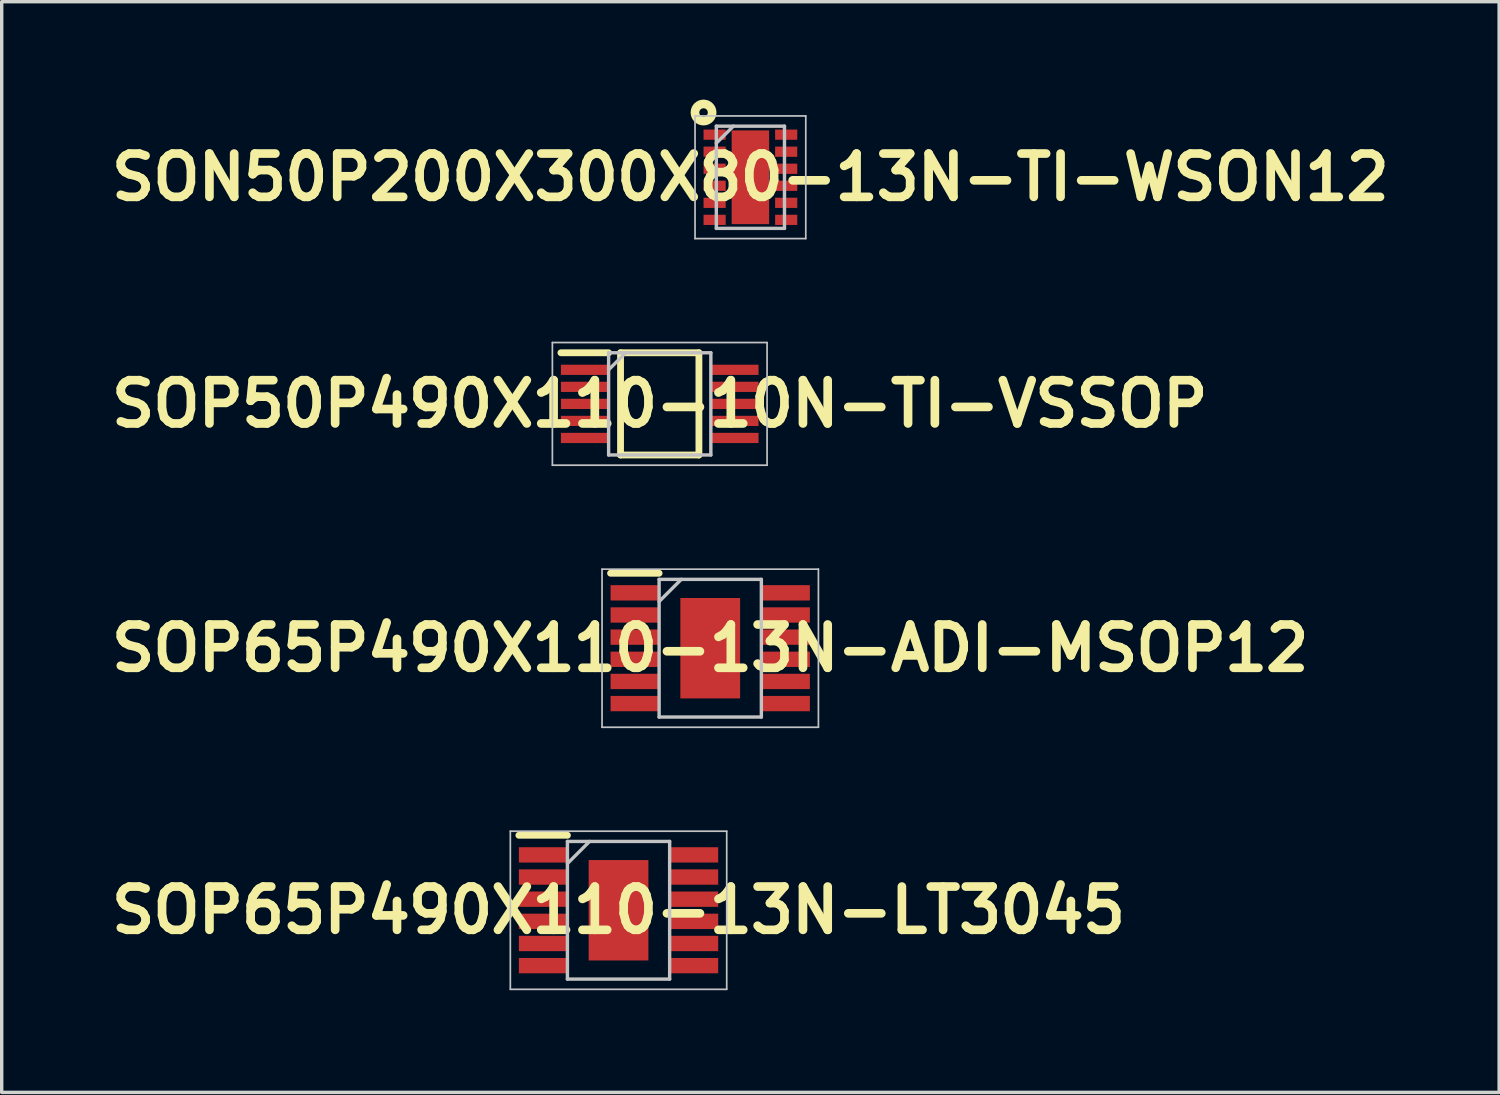
<source format=kicad_pcb>
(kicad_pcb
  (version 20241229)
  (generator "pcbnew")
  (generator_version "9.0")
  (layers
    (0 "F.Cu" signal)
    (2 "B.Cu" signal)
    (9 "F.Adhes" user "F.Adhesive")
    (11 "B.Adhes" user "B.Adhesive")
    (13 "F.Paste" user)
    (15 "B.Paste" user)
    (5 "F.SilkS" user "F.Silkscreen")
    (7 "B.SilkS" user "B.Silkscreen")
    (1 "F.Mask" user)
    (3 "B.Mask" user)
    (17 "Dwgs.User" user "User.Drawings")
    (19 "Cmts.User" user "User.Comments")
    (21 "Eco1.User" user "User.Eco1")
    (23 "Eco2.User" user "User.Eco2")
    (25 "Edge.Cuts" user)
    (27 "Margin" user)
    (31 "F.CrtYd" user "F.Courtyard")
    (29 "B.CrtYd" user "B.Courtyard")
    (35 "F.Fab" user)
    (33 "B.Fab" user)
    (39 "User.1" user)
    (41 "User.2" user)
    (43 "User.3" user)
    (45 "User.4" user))
  (footprint "SOP50P490X110-10N-TI-VSSOP"
    (layer "F.Cu")
    (at 16.31 8.802)
    (property "Reference" "SOP50P490X110-10N-TI-VSSOP" (at 0 0 0) (layer "F.SilkS") (effects (font (size 1.27 1.27) (thickness 0.254))))
    (attr smd)
    (fp_line (start -2.9 -1.5) (end -1.5 -1.5) (stroke (width 0.2) (type solid)) (layer "F.SilkS"))
    (fp_line (start -1.15 -1.5) (end 1.15 -1.5) (stroke (width 0.2) (type solid)) (layer "F.SilkS"))
    (fp_line (start -1.15 1.5) (end -1.15 -1.5) (stroke (width 0.2) (type solid)) (layer "F.SilkS"))
    (fp_line (start 1.15 -1.5) (end 1.15 1.5) (stroke (width 0.2) (type solid)) (layer "F.SilkS"))
    (fp_line (start 1.15 1.5) (end -1.15 1.5) (stroke (width 0.2) (type solid)) (layer "F.SilkS"))
    (fp_line (start -3.15 -1.8) (end 3.15 -1.8) (stroke (width 0.05) (type solid)) (layer "Dwgs.User"))
    (fp_line (start -3.15 1.8) (end -3.15 -1.8) (stroke (width 0.05) (type solid)) (layer "Dwgs.User"))
    (fp_line (start -1.5 -1.5) (end 1.5 -1.5) (stroke (width 0.1) (type solid)) (layer "Dwgs.User"))
    (fp_line (start -1.5 -1) (end -1 -1.5) (stroke (width 0.1) (type solid)) (layer "Dwgs.User"))
    (fp_line (start -1.5 1.5) (end -1.5 -1.5) (stroke (width 0.1) (type solid)) (layer "Dwgs.User"))
    (fp_line (start 1.5 -1.5) (end 1.5 1.5) (stroke (width 0.1) (type solid)) (layer "Dwgs.User"))
    (fp_line (start 1.5 1.5) (end -1.5 1.5) (stroke (width 0.1) (type solid)) (layer "Dwgs.User"))
    (fp_line (start 3.15 -1.8) (end 3.15 1.8) (stroke (width 0.05) (type solid)) (layer "Dwgs.User"))
    (fp_line (start 3.15 1.8) (end -3.15 1.8) (stroke (width 0.05) (type solid)) (layer "Dwgs.User"))
    (pad "1" smd rect (at -2.2 -1 90) (size 0.3 1.4) (layers "F.Cu" "F.Mask" "F.Paste"))
    (pad "2" smd rect (at -2.2 -0.5 90) (size 0.3 1.4) (layers "F.Cu" "F.Mask" "F.Paste"))
    (pad "3" smd rect (at -2.2 0 90) (size 0.3 1.4) (layers "F.Cu" "F.Mask" "F.Paste"))
    (pad "4" smd rect (at -2.2 0.5 90) (size 0.3 1.4) (layers "F.Cu" "F.Mask" "F.Paste"))
    (pad "5" smd rect (at -2.2 1 90) (size 0.3 1.4) (layers "F.Cu" "F.Mask" "F.Paste"))
    (pad "6" smd rect (at 2.2 1 90) (size 0.3 1.4) (layers "F.Cu" "F.Mask" "F.Paste"))
    (pad "7" smd rect (at 2.2 0.5 90) (size 0.3 1.4) (layers "F.Cu" "F.Mask" "F.Paste"))
    (pad "8" smd rect (at 2.2 0 90) (size 0.3 1.4) (layers "F.Cu" "F.Mask" "F.Paste"))
    (pad "9" smd rect (at 2.2 -0.5 90) (size 0.3 1.4) (layers "F.Cu" "F.Mask" "F.Paste"))
    (pad "10" smd rect (at 2.2 -1 90) (size 0.3 1.4) (layers "F.Cu" "F.Mask" "F.Paste")))
  (footprint "SON50P200X300X80-13N-TI-WSON12"
    (layer "F.Cu")
    (at 18.971 2.152)
    (property "Reference" "SON50P200X300X80-13N-TI-WSON12" (at 0 0 0) (layer "F.SilkS") (effects (font (size 1.27 1.27) (thickness 0.254))))
    (attr smd)
    (fp_circle (center -1.375 -1.9) (end -1.25 -1.9) (stroke (width 0.254) (type solid)) (fill no) (layer "F.SilkS"))
    (fp_line (start -1.625 -1.8) (end 1.625 -1.8) (stroke (width 0.05) (type solid)) (layer "Dwgs.User"))
    (fp_line (start -1.625 1.8) (end -1.625 -1.8) (stroke (width 0.05) (type solid)) (layer "Dwgs.User"))
    (fp_line (start -1 -1.5) (end 1 -1.5) (stroke (width 0.1) (type solid)) (layer "Dwgs.User"))
    (fp_line (start -1 -1) (end -0.5 -1.5) (stroke (width 0.1) (type solid)) (layer "Dwgs.User"))
    (fp_line (start -1 1.5) (end -1 -1.5) (stroke (width 0.1) (type solid)) (layer "Dwgs.User"))
    (fp_line (start 1 -1.5) (end 1 1.5) (stroke (width 0.1) (type solid)) (layer "Dwgs.User"))
    (fp_line (start 1 1.5) (end -1 1.5) (stroke (width 0.1) (type solid)) (layer "Dwgs.User"))
    (fp_line (start 1.625 -1.8) (end 1.625 1.8) (stroke (width 0.05) (type solid)) (layer "Dwgs.User"))
    (fp_line (start 1.625 1.8) (end -1.625 1.8) (stroke (width 0.05) (type solid)) (layer "Dwgs.User"))
    (pad "1" smd rect (at -1.05 -1.25 90) (size 0.3 0.65) (layers "F.Cu" "F.Mask" "F.Paste"))
    (pad "2" smd rect (at -1.05 -0.75 90) (size 0.3 0.65) (layers "F.Cu" "F.Mask" "F.Paste"))
    (pad "3" smd rect (at -1.05 -0.25 90) (size 0.3 0.65) (layers "F.Cu" "F.Mask" "F.Paste"))
    (pad "4" smd rect (at -1.05 0.25 90) (size 0.3 0.65) (layers "F.Cu" "F.Mask" "F.Paste"))
    (pad "5" smd rect (at -1.05 0.75 90) (size 0.3 0.65) (layers "F.Cu" "F.Mask" "F.Paste"))
    (pad "6" smd rect (at -1.05 1.25 90) (size 0.3 0.65) (layers "F.Cu" "F.Mask" "F.Paste"))
    (pad "7" smd rect (at 1.05 1.25 90) (size 0.3 0.65) (layers "F.Cu" "F.Mask" "F.Paste"))
    (pad "8" smd rect (at 1.05 0.75 90) (size 0.3 0.65) (layers "F.Cu" "F.Mask" "F.Paste"))
    (pad "9" smd rect (at 1.05 0.25 90) (size 0.3 0.65) (layers "F.Cu" "F.Mask" "F.Paste"))
    (pad "10" smd rect (at 1.05 -0.25 90) (size 0.3 0.65) (layers "F.Cu" "F.Mask" "F.Paste"))
    (pad "11" smd rect (at 1.05 -0.75 90) (size 0.3 0.65) (layers "F.Cu" "F.Mask" "F.Paste"))
    (pad "12" smd rect (at 1.05 -1.25 90) (size 0.3 0.65) (layers "F.Cu" "F.Mask" "F.Paste"))
    (pad "13" smd rect (at 0 0) (size 1.1 2.75) (layers "F.Cu" "F.Mask" "F.Paste")))
  (footprint "SOP65P490X110-13N-ADI-MSOP12"
    (layer "F.Cu")
    (at 17.792 15.972)
    (property "Reference" "SOP65P490X110-13N-ADI-MSOP12" (at 0 0 0) (layer "F.SilkS") (effects (font (size 1.27 1.27) (thickness 0.254))))
    (attr smd)
    (fp_line (start -2.925 -2.2) (end -1.5 -2.2) (stroke (width 0.2) (type solid)) (layer "F.SilkS"))
    (fp_line (start -3.175 -2.32) (end 3.175 -2.32) (stroke (width 0.05) (type solid)) (layer "Dwgs.User"))
    (fp_line (start -3.175 2.32) (end -3.175 -2.32) (stroke (width 0.05) (type solid)) (layer "Dwgs.User"))
    (fp_line (start -1.5 -2.02) (end 1.5 -2.02) (stroke (width 0.1) (type solid)) (layer "Dwgs.User"))
    (fp_line (start -1.5 -1.37) (end -0.85 -2.02) (stroke (width 0.1) (type solid)) (layer "Dwgs.User"))
    (fp_line (start -1.5 2.02) (end -1.5 -2.02) (stroke (width 0.1) (type solid)) (layer "Dwgs.User"))
    (fp_line (start 1.5 -2.02) (end 1.5 2.02) (stroke (width 0.1) (type solid)) (layer "Dwgs.User"))
    (fp_line (start 1.5 2.02) (end -1.5 2.02) (stroke (width 0.1) (type solid)) (layer "Dwgs.User"))
    (fp_line (start 3.175 -2.32) (end 3.175 2.32) (stroke (width 0.05) (type solid)) (layer "Dwgs.User"))
    (fp_line (start 3.175 2.32) (end -3.175 2.32) (stroke (width 0.05) (type solid)) (layer "Dwgs.User"))
    (pad "1" smd rect (at -2.212 -1.625 90) (size 0.45 1.425) (layers "F.Cu" "F.Mask" "F.Paste"))
    (pad "2" smd rect (at -2.212 -0.975 90) (size 0.45 1.425) (layers "F.Cu" "F.Mask" "F.Paste"))
    (pad "3" smd rect (at -2.212 -0.325 90) (size 0.45 1.425) (layers "F.Cu" "F.Mask" "F.Paste"))
    (pad "4" smd rect (at -2.212 0.325 90) (size 0.45 1.425) (layers "F.Cu" "F.Mask" "F.Paste"))
    (pad "5" smd rect (at -2.212 0.975 90) (size 0.45 1.425) (layers "F.Cu" "F.Mask" "F.Paste"))
    (pad "6" smd rect (at -2.212 1.625 90) (size 0.45 1.425) (layers "F.Cu" "F.Mask" "F.Paste"))
    (pad "7" smd rect (at 2.212 1.625 90) (size 0.45 1.425) (layers "F.Cu" "F.Mask" "F.Paste"))
    (pad "8" smd rect (at 2.212 0.975 90) (size 0.45 1.425) (layers "F.Cu" "F.Mask" "F.Paste"))
    (pad "9" smd rect (at 2.212 0.325 90) (size 0.45 1.425) (layers "F.Cu" "F.Mask" "F.Paste"))
    (pad "10" smd rect (at 2.212 -0.325 90) (size 0.45 1.425) (layers "F.Cu" "F.Mask" "F.Paste"))
    (pad "11" smd rect (at 2.212 -0.975 90) (size 0.45 1.425) (layers "F.Cu" "F.Mask" "F.Paste"))
    (pad "12" smd rect (at 2.212 -1.625 90) (size 0.45 1.425) (layers "F.Cu" "F.Mask" "F.Paste"))
    (pad "13" smd rect (at 0 0) (size 1.753 2.947) (layers "F.Cu" "F.Mask" "F.Paste")))
  (footprint "SOP65P490X110-13N-LT3045"
    (layer "F.Cu")
    (at 15.101 23.662)
    (property "Reference" "SOP65P490X110-13N-LT3045" (at 0 0 0) (layer "F.SilkS") (effects (font (size 1.27 1.27) (thickness 0.254))))
    (attr smd)
    (fp_line (start -2.925 -2.2) (end -1.5 -2.2) (stroke (width 0.2) (type solid)) (layer "F.SilkS"))
    (fp_line (start -3.175 -2.32) (end 3.175 -2.32) (stroke (width 0.05) (type solid)) (layer "Dwgs.User"))
    (fp_line (start -3.175 2.32) (end -3.175 -2.32) (stroke (width 0.05) (type solid)) (layer "Dwgs.User"))
    (fp_line (start -1.5 -2.02) (end 1.5 -2.02) (stroke (width 0.1) (type solid)) (layer "Dwgs.User"))
    (fp_line (start -1.5 -1.37) (end -0.85 -2.02) (stroke (width 0.1) (type solid)) (layer "Dwgs.User"))
    (fp_line (start -1.5 2.02) (end -1.5 -2.02) (stroke (width 0.1) (type solid)) (layer "Dwgs.User"))
    (fp_line (start 1.5 -2.02) (end 1.5 2.02) (stroke (width 0.1) (type solid)) (layer "Dwgs.User"))
    (fp_line (start 1.5 2.02) (end -1.5 2.02) (stroke (width 0.1) (type solid)) (layer "Dwgs.User"))
    (fp_line (start 3.175 -2.32) (end 3.175 2.32) (stroke (width 0.05) (type solid)) (layer "Dwgs.User"))
    (fp_line (start 3.175 2.32) (end -3.175 2.32) (stroke (width 0.05) (type solid)) (layer "Dwgs.User"))
    (pad "1" smd rect (at -2.212 -1.625 90) (size 0.45 1.425) (layers "F.Cu" "F.Mask" "F.Paste"))
    (pad "2" smd rect (at -2.212 -0.975 90) (size 0.45 1.425) (layers "F.Cu" "F.Mask" "F.Paste"))
    (pad "3" smd rect (at -2.212 -0.325 90) (size 0.45 1.425) (layers "F.Cu" "F.Mask" "F.Paste"))
    (pad "4" smd rect (at -2.212 0.325 90) (size 0.45 1.425) (layers "F.Cu" "F.Mask" "F.Paste"))
    (pad "5" smd rect (at -2.212 0.975 90) (size 0.45 1.425) (layers "F.Cu" "F.Mask" "F.Paste"))
    (pad "6" smd rect (at -2.212 1.625 90) (size 0.45 1.425) (layers "F.Cu" "F.Mask" "F.Paste"))
    (pad "7" smd rect (at 2.212 1.625 90) (size 0.45 1.425) (layers "F.Cu" "F.Mask" "F.Paste"))
    (pad "8" smd rect (at 2.212 0.975 90) (size 0.45 1.425) (layers "F.Cu" "F.Mask" "F.Paste"))
    (pad "9" smd rect (at 2.212 0.325 90) (size 0.45 1.425) (layers "F.Cu" "F.Mask" "F.Paste"))
    (pad "10" smd rect (at 2.212 -0.325 90) (size 0.45 1.425) (layers "F.Cu" "F.Mask" "F.Paste"))
    (pad "11" smd rect (at 2.212 -0.975 90) (size 0.45 1.425) (layers "F.Cu" "F.Mask" "F.Paste"))
    (pad "12" smd rect (at 2.212 -1.625 90) (size 0.45 1.425) (layers "F.Cu" "F.Mask" "F.Paste"))
    (pad "13" smd rect (at 0 0) (size 1.753 2.947) (layers "F.Cu" "F.Paste")))
  (gr_rect
    (start -3 -3)
    (end 40.943 29.007)
    (stroke (width 0.1) (type default))
    (fill no)
    (layer "Edge.Cuts")))
</source>
